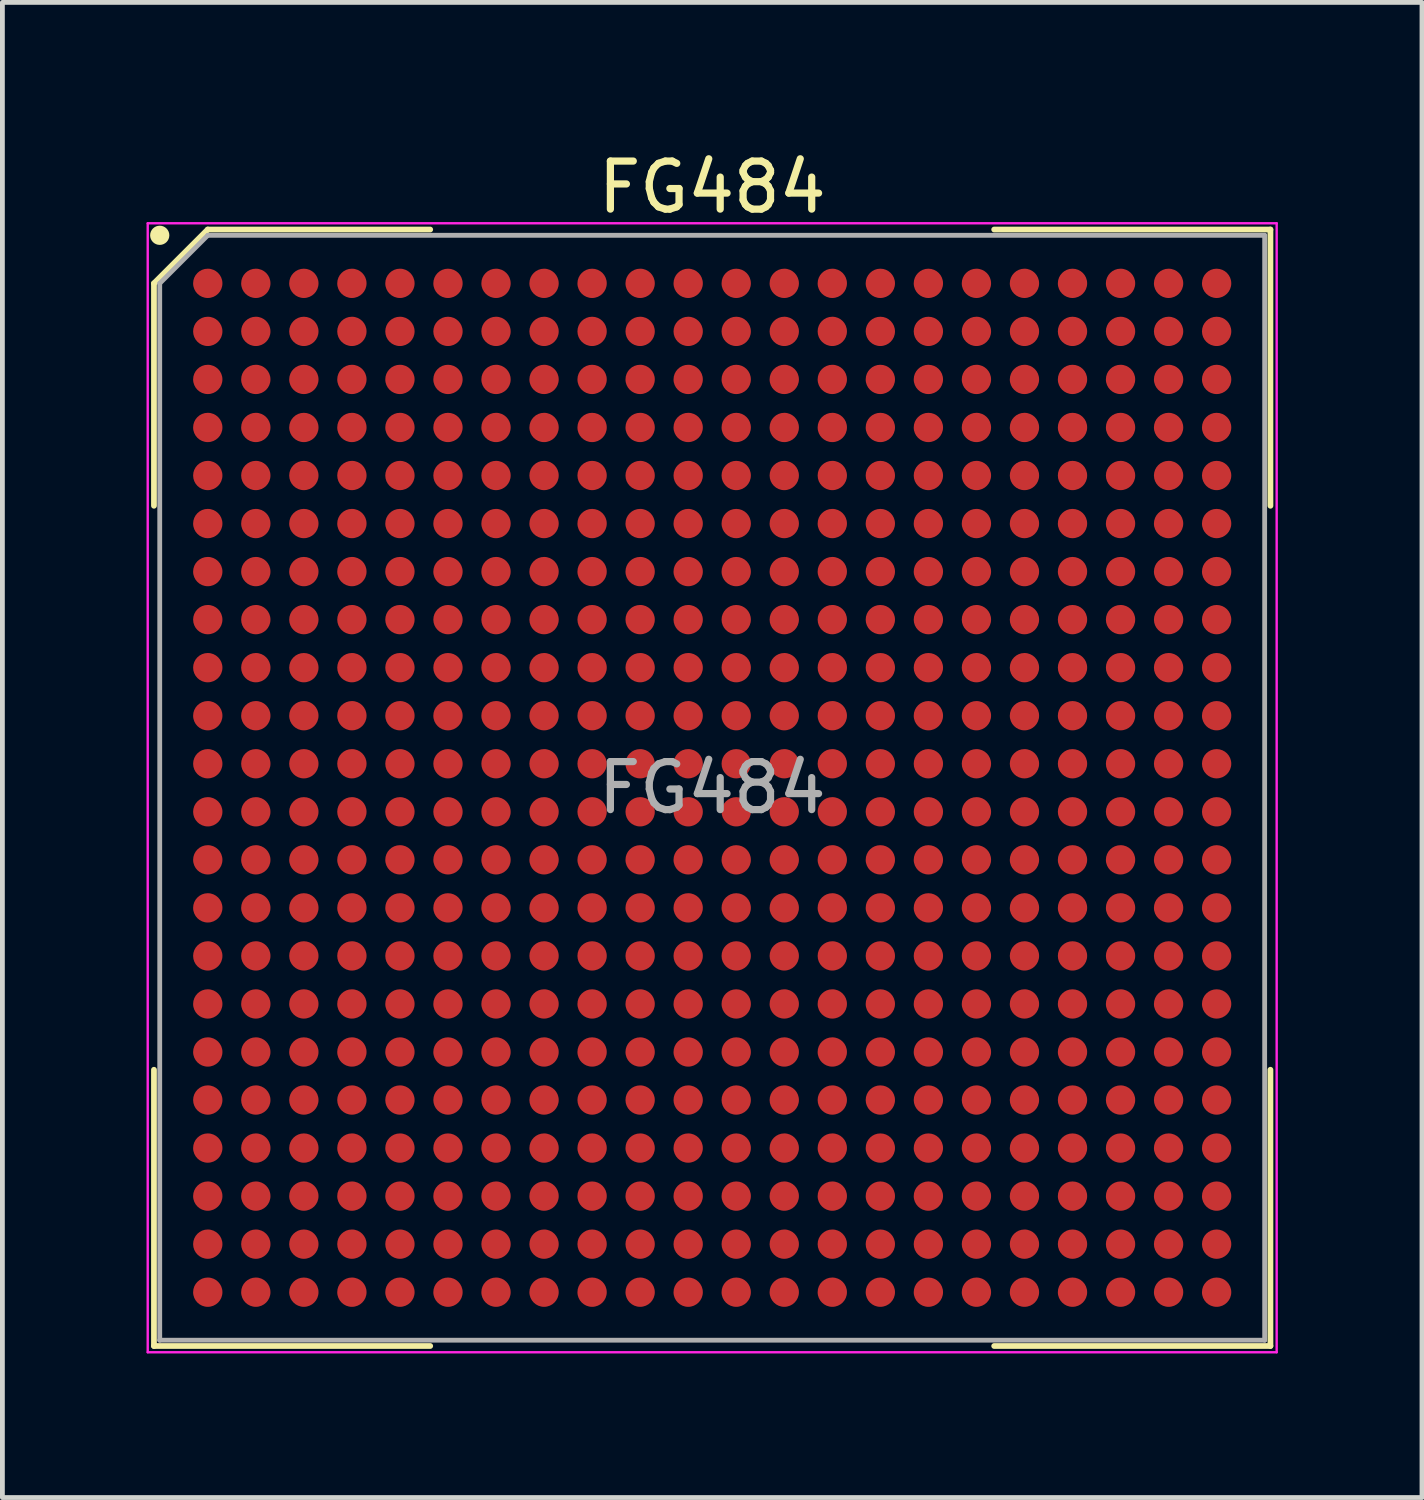
<source format=kicad_pcb>
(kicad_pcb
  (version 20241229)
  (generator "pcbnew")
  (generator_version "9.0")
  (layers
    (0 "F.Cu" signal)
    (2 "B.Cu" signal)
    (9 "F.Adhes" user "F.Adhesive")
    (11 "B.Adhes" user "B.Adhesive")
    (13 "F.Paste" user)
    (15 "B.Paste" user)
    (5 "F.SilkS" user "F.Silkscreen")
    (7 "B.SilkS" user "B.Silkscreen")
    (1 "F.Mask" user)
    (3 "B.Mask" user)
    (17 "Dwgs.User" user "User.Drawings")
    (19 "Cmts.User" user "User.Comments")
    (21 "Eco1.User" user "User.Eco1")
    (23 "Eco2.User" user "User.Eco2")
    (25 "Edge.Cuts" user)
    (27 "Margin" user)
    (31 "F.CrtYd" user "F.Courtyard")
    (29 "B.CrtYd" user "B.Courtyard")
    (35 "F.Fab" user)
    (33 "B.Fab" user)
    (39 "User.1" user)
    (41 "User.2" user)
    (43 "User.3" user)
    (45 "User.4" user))
  (footprint "FG484"
    (layer "F.Cu")
    (at 11.775 13.348)
    (property "Reference" "FG484" (at 0 -12.5 0) (layer "F.SilkS") (effects (font (size 1 1) (thickness 0.15))))
    (attr smd)
    (fp_line (start -11.62 -10.5) (end -11.62 -5.87) (stroke (width 0.12) (type default)) (layer "F.SilkS"))
    (fp_line (start -11.62 11.62) (end -11.62 5.87) (stroke (width 0.12) (type default)) (layer "F.SilkS"))
    (fp_line (start -10.5 -11.62) (end -11.62 -10.5) (stroke (width 0.12) (type default)) (layer "F.SilkS"))
    (fp_line (start -5.87 -11.62) (end -10.5 -11.62) (stroke (width 0.12) (type default)) (layer "F.SilkS"))
    (fp_line (start -5.87 11.62) (end -11.62 11.62) (stroke (width 0.12) (type default)) (layer "F.SilkS"))
    (fp_line (start 5.87 -11.62) (end 11.62 -11.62) (stroke (width 0.12) (type default)) (layer "F.SilkS"))
    (fp_line (start 5.87 11.62) (end 11.62 11.62) (stroke (width 0.12) (type default)) (layer "F.SilkS"))
    (fp_line (start 11.62 -11.62) (end 11.62 -5.87) (stroke (width 0.12) (type default)) (layer "F.SilkS"))
    (fp_line (start 11.62 11.62) (end 11.62 5.87) (stroke (width 0.12) (type default)) (layer "F.SilkS"))
    (fp_circle (center -11.5 -11.5) (end -11.5 -11.4) (stroke (width 0.2) (type default)) (fill no) (layer "F.SilkS"))
    (fp_line (start -11.75 -11.75) (end 11.75 -11.75) (stroke (width 0.05) (type default)) (layer "F.CrtYd"))
    (fp_line (start -11.75 11.75) (end -11.75 -11.75) (stroke (width 0.05) (type default)) (layer "F.CrtYd"))
    (fp_line (start 11.75 -11.75) (end 11.75 11.75) (stroke (width 0.05) (type default)) (layer "F.CrtYd"))
    (fp_line (start 11.75 11.75) (end -11.75 11.75) (stroke (width 0.05) (type default)) (layer "F.CrtYd"))
    (fp_line (start -11.5 -10.5) (end -11.5 11.5) (stroke (width 0.1) (type default)) (layer "F.Fab"))
    (fp_line (start -11.5 11.5) (end 11.5 11.5) (stroke (width 0.1) (type default)) (layer "F.Fab"))
    (fp_line (start -10.5 -11.5) (end -11.5 -10.5) (stroke (width 0.1) (type default)) (layer "F.Fab"))
    (fp_line (start 11.5 -11.5) (end -10.5 -11.5) (stroke (width 0.1) (type default)) (layer "F.Fab"))
    (fp_line (start 11.5 11.5) (end 11.5 -11.5) (stroke (width 0.1) (type default)) (layer "F.Fab"))
    (fp_text user "${REFERENCE}" (at 0 0 0) (layer "F.Fab") (effects (font (size 1 1) (thickness 0.15))))
    (pad "A1" smd circle (at -10.5 -10.5) (size 0.61 0.61) (layers "F.Cu" "F.Mask" "F.Paste"))
    (pad "A2" smd circle (at -9.5 -10.5) (size 0.61 0.61) (layers "F.Cu" "F.Mask" "F.Paste"))
    (pad "A3" smd circle (at -8.5 -10.5) (size 0.61 0.61) (layers "F.Cu" "F.Mask" "F.Paste"))
    (pad "A4" smd circle (at -7.5 -10.5) (size 0.61 0.61) (layers "F.Cu" "F.Mask" "F.Paste"))
    (pad "A5" smd circle (at -6.5 -10.5) (size 0.61 0.61) (layers "F.Cu" "F.Mask" "F.Paste"))
    (pad "A6" smd circle (at -5.5 -10.5) (size 0.61 0.61) (layers "F.Cu" "F.Mask" "F.Paste"))
    (pad "A7" smd circle (at -4.5 -10.5) (size 0.61 0.61) (layers "F.Cu" "F.Mask" "F.Paste"))
    (pad "A8" smd circle (at -3.5 -10.5) (size 0.61 0.61) (layers "F.Cu" "F.Mask" "F.Paste"))
    (pad "A9" smd circle (at -2.5 -10.5) (size 0.61 0.61) (layers "F.Cu" "F.Mask" "F.Paste"))
    (pad "A10" smd circle (at -1.5 -10.5) (size 0.61 0.61) (layers "F.Cu" "F.Mask" "F.Paste"))
    (pad "A11" smd circle (at -0.5 -10.5) (size 0.61 0.61) (layers "F.Cu" "F.Mask" "F.Paste"))
    (pad "A12" smd circle (at 0.5 -10.5) (size 0.61 0.61) (layers "F.Cu" "F.Mask" "F.Paste"))
    (pad "A13" smd circle (at 1.5 -10.5) (size 0.61 0.61) (layers "F.Cu" "F.Mask" "F.Paste"))
    (pad "A14" smd circle (at 2.5 -10.5) (size 0.61 0.61) (layers "F.Cu" "F.Mask" "F.Paste"))
    (pad "A15" smd circle (at 3.5 -10.5) (size 0.61 0.61) (layers "F.Cu" "F.Mask" "F.Paste"))
    (pad "A16" smd circle (at 4.5 -10.5) (size 0.61 0.61) (layers "F.Cu" "F.Mask" "F.Paste"))
    (pad "A17" smd circle (at 5.5 -10.5) (size 0.61 0.61) (layers "F.Cu" "F.Mask" "F.Paste"))
    (pad "A18" smd circle (at 6.5 -10.5) (size 0.61 0.61) (layers "F.Cu" "F.Mask" "F.Paste"))
    (pad "A19" smd circle (at 7.5 -10.5) (size 0.61 0.61) (layers "F.Cu" "F.Mask" "F.Paste"))
    (pad "A20" smd circle (at 8.5 -10.5) (size 0.61 0.61) (layers "F.Cu" "F.Mask" "F.Paste"))
    (pad "A21" smd circle (at 9.5 -10.5) (size 0.61 0.61) (layers "F.Cu" "F.Mask" "F.Paste"))
    (pad "A22" smd circle (at 10.5 -10.5) (size 0.61 0.61) (layers "F.Cu" "F.Mask" "F.Paste"))
    (pad "AA1" smd circle (at -10.5 9.5) (size 0.61 0.61) (layers "F.Cu" "F.Mask" "F.Paste"))
    (pad "AA2" smd circle (at -9.5 9.5) (size 0.61 0.61) (layers "F.Cu" "F.Mask" "F.Paste"))
    (pad "AA3" smd circle (at -8.5 9.5) (size 0.61 0.61) (layers "F.Cu" "F.Mask" "F.Paste"))
    (pad "AA4" smd circle (at -7.5 9.5) (size 0.61 0.61) (layers "F.Cu" "F.Mask" "F.Paste"))
    (pad "AA5" smd circle (at -6.5 9.5) (size 0.61 0.61) (layers "F.Cu" "F.Mask" "F.Paste"))
    (pad "AA6" smd circle (at -5.5 9.5) (size 0.61 0.61) (layers "F.Cu" "F.Mask" "F.Paste"))
    (pad "AA7" smd circle (at -4.5 9.5) (size 0.61 0.61) (layers "F.Cu" "F.Mask" "F.Paste"))
    (pad "AA8" smd circle (at -3.5 9.5) (size 0.61 0.61) (layers "F.Cu" "F.Mask" "F.Paste"))
    (pad "AA9" smd circle (at -2.5 9.5) (size 0.61 0.61) (layers "F.Cu" "F.Mask" "F.Paste"))
    (pad "AA10" smd circle (at -1.5 9.5) (size 0.61 0.61) (layers "F.Cu" "F.Mask" "F.Paste"))
    (pad "AA11" smd circle (at -0.5 9.5) (size 0.61 0.61) (layers "F.Cu" "F.Mask" "F.Paste"))
    (pad "AA12" smd circle (at 0.5 9.5) (size 0.61 0.61) (layers "F.Cu" "F.Mask" "F.Paste"))
    (pad "AA13" smd circle (at 1.5 9.5) (size 0.61 0.61) (layers "F.Cu" "F.Mask" "F.Paste"))
    (pad "AA14" smd circle (at 2.5 9.5) (size 0.61 0.61) (layers "F.Cu" "F.Mask" "F.Paste"))
    (pad "AA15" smd circle (at 3.5 9.5) (size 0.61 0.61) (layers "F.Cu" "F.Mask" "F.Paste"))
    (pad "AA16" smd circle (at 4.5 9.5) (size 0.61 0.61) (layers "F.Cu" "F.Mask" "F.Paste"))
    (pad "AA17" smd circle (at 5.5 9.5) (size 0.61 0.61) (layers "F.Cu" "F.Mask" "F.Paste"))
    (pad "AA18" smd circle (at 6.5 9.5) (size 0.61 0.61) (layers "F.Cu" "F.Mask" "F.Paste"))
    (pad "AA19" smd circle (at 7.5 9.5) (size 0.61 0.61) (layers "F.Cu" "F.Mask" "F.Paste"))
    (pad "AA20" smd circle (at 8.5 9.5) (size 0.61 0.61) (layers "F.Cu" "F.Mask" "F.Paste"))
    (pad "AA21" smd circle (at 9.5 9.5) (size 0.61 0.61) (layers "F.Cu" "F.Mask" "F.Paste"))
    (pad "AA22" smd circle (at 10.5 9.5) (size 0.61 0.61) (layers "F.Cu" "F.Mask" "F.Paste"))
    (pad "AB1" smd circle (at -10.5 10.5) (size 0.61 0.61) (layers "F.Cu" "F.Mask" "F.Paste"))
    (pad "AB2" smd circle (at -9.5 10.5) (size 0.61 0.61) (layers "F.Cu" "F.Mask" "F.Paste"))
    (pad "AB3" smd circle (at -8.5 10.5) (size 0.61 0.61) (layers "F.Cu" "F.Mask" "F.Paste"))
    (pad "AB4" smd circle (at -7.5 10.5) (size 0.61 0.61) (layers "F.Cu" "F.Mask" "F.Paste"))
    (pad "AB5" smd circle (at -6.5 10.5) (size 0.61 0.61) (layers "F.Cu" "F.Mask" "F.Paste"))
    (pad "AB6" smd circle (at -5.5 10.5) (size 0.61 0.61) (layers "F.Cu" "F.Mask" "F.Paste"))
    (pad "AB7" smd circle (at -4.5 10.5) (size 0.61 0.61) (layers "F.Cu" "F.Mask" "F.Paste"))
    (pad "AB8" smd circle (at -3.5 10.5) (size 0.61 0.61) (layers "F.Cu" "F.Mask" "F.Paste"))
    (pad "AB9" smd circle (at -2.5 10.5) (size 0.61 0.61) (layers "F.Cu" "F.Mask" "F.Paste"))
    (pad "AB10" smd circle (at -1.5 10.5) (size 0.61 0.61) (layers "F.Cu" "F.Mask" "F.Paste"))
    (pad "AB11" smd circle (at -0.5 10.5) (size 0.61 0.61) (layers "F.Cu" "F.Mask" "F.Paste"))
    (pad "AB12" smd circle (at 0.5 10.5) (size 0.61 0.61) (layers "F.Cu" "F.Mask" "F.Paste"))
    (pad "AB13" smd circle (at 1.5 10.5) (size 0.61 0.61) (layers "F.Cu" "F.Mask" "F.Paste"))
    (pad "AB14" smd circle (at 2.5 10.5) (size 0.61 0.61) (layers "F.Cu" "F.Mask" "F.Paste"))
    (pad "AB15" smd circle (at 3.5 10.5) (size 0.61 0.61) (layers "F.Cu" "F.Mask" "F.Paste"))
    (pad "AB16" smd circle (at 4.5 10.5) (size 0.61 0.61) (layers "F.Cu" "F.Mask" "F.Paste"))
    (pad "AB17" smd circle (at 5.5 10.5) (size 0.61 0.61) (layers "F.Cu" "F.Mask" "F.Paste"))
    (pad "AB18" smd circle (at 6.5 10.5) (size 0.61 0.61) (layers "F.Cu" "F.Mask" "F.Paste"))
    (pad "AB19" smd circle (at 7.5 10.5) (size 0.61 0.61) (layers "F.Cu" "F.Mask" "F.Paste"))
    (pad "AB20" smd circle (at 8.5 10.5) (size 0.61 0.61) (layers "F.Cu" "F.Mask" "F.Paste"))
    (pad "AB21" smd circle (at 9.5 10.5) (size 0.61 0.61) (layers "F.Cu" "F.Mask" "F.Paste"))
    (pad "AB22" smd circle (at 10.5 10.5) (size 0.61 0.61) (layers "F.Cu" "F.Mask" "F.Paste"))
    (pad "B1" smd circle (at -10.5 -9.5) (size 0.61 0.61) (layers "F.Cu" "F.Mask" "F.Paste"))
    (pad "B2" smd circle (at -9.5 -9.5) (size 0.61 0.61) (layers "F.Cu" "F.Mask" "F.Paste"))
    (pad "B3" smd circle (at -8.5 -9.5) (size 0.61 0.61) (layers "F.Cu" "F.Mask" "F.Paste"))
    (pad "B4" smd circle (at -7.5 -9.5) (size 0.61 0.61) (layers "F.Cu" "F.Mask" "F.Paste"))
    (pad "B5" smd circle (at -6.5 -9.5) (size 0.61 0.61) (layers "F.Cu" "F.Mask" "F.Paste"))
    (pad "B6" smd circle (at -5.5 -9.5) (size 0.61 0.61) (layers "F.Cu" "F.Mask" "F.Paste"))
    (pad "B7" smd circle (at -4.5 -9.5) (size 0.61 0.61) (layers "F.Cu" "F.Mask" "F.Paste"))
    (pad "B8" smd circle (at -3.5 -9.5) (size 0.61 0.61) (layers "F.Cu" "F.Mask" "F.Paste"))
    (pad "B9" smd circle (at -2.5 -9.5) (size 0.61 0.61) (layers "F.Cu" "F.Mask" "F.Paste"))
    (pad "B10" smd circle (at -1.5 -9.5) (size 0.61 0.61) (layers "F.Cu" "F.Mask" "F.Paste"))
    (pad "B11" smd circle (at -0.5 -9.5) (size 0.61 0.61) (layers "F.Cu" "F.Mask" "F.Paste"))
    (pad "B12" smd circle (at 0.5 -9.5) (size 0.61 0.61) (layers "F.Cu" "F.Mask" "F.Paste"))
    (pad "B13" smd circle (at 1.5 -9.5) (size 0.61 0.61) (layers "F.Cu" "F.Mask" "F.Paste"))
    (pad "B14" smd circle (at 2.5 -9.5) (size 0.61 0.61) (layers "F.Cu" "F.Mask" "F.Paste"))
    (pad "B15" smd circle (at 3.5 -9.5) (size 0.61 0.61) (layers "F.Cu" "F.Mask" "F.Paste"))
    (pad "B16" smd circle (at 4.5 -9.5) (size 0.61 0.61) (layers "F.Cu" "F.Mask" "F.Paste"))
    (pad "B17" smd circle (at 5.5 -9.5) (size 0.61 0.61) (layers "F.Cu" "F.Mask" "F.Paste"))
    (pad "B18" smd circle (at 6.5 -9.5) (size 0.61 0.61) (layers "F.Cu" "F.Mask" "F.Paste"))
    (pad "B19" smd circle (at 7.5 -9.5) (size 0.61 0.61) (layers "F.Cu" "F.Mask" "F.Paste"))
    (pad "B20" smd circle (at 8.5 -9.5) (size 0.61 0.61) (layers "F.Cu" "F.Mask" "F.Paste"))
    (pad "B21" smd circle (at 9.5 -9.5) (size 0.61 0.61) (layers "F.Cu" "F.Mask" "F.Paste"))
    (pad "B22" smd circle (at 10.5 -9.5) (size 0.61 0.61) (layers "F.Cu" "F.Mask" "F.Paste"))
    (pad "C1" smd circle (at -10.5 -8.5) (size 0.61 0.61) (layers "F.Cu" "F.Mask" "F.Paste"))
    (pad "C2" smd circle (at -9.5 -8.5) (size 0.61 0.61) (layers "F.Cu" "F.Mask" "F.Paste"))
    (pad "C3" smd circle (at -8.5 -8.5) (size 0.61 0.61) (layers "F.Cu" "F.Mask" "F.Paste"))
    (pad "C4" smd circle (at -7.5 -8.5) (size 0.61 0.61) (layers "F.Cu" "F.Mask" "F.Paste"))
    (pad "C5" smd circle (at -6.5 -8.5) (size 0.61 0.61) (layers "F.Cu" "F.Mask" "F.Paste"))
    (pad "C6" smd circle (at -5.5 -8.5) (size 0.61 0.61) (layers "F.Cu" "F.Mask" "F.Paste"))
    (pad "C7" smd circle (at -4.5 -8.5) (size 0.61 0.61) (layers "F.Cu" "F.Mask" "F.Paste"))
    (pad "C8" smd circle (at -3.5 -8.5) (size 0.61 0.61) (layers "F.Cu" "F.Mask" "F.Paste"))
    (pad "C9" smd circle (at -2.5 -8.5) (size 0.61 0.61) (layers "F.Cu" "F.Mask" "F.Paste"))
    (pad "C10" smd circle (at -1.5 -8.5) (size 0.61 0.61) (layers "F.Cu" "F.Mask" "F.Paste"))
    (pad "C11" smd circle (at -0.5 -8.5) (size 0.61 0.61) (layers "F.Cu" "F.Mask" "F.Paste"))
    (pad "C12" smd circle (at 0.5 -8.5) (size 0.61 0.61) (layers "F.Cu" "F.Mask" "F.Paste"))
    (pad "C13" smd circle (at 1.5 -8.5) (size 0.61 0.61) (layers "F.Cu" "F.Mask" "F.Paste"))
    (pad "C14" smd circle (at 2.5 -8.5) (size 0.61 0.61) (layers "F.Cu" "F.Mask" "F.Paste"))
    (pad "C15" smd circle (at 3.5 -8.5) (size 0.61 0.61) (layers "F.Cu" "F.Mask" "F.Paste"))
    (pad "C16" smd circle (at 4.5 -8.5) (size 0.61 0.61) (layers "F.Cu" "F.Mask" "F.Paste"))
    (pad "C17" smd circle (at 5.5 -8.5) (size 0.61 0.61) (layers "F.Cu" "F.Mask" "F.Paste"))
    (pad "C18" smd circle (at 6.5 -8.5) (size 0.61 0.61) (layers "F.Cu" "F.Mask" "F.Paste"))
    (pad "C19" smd circle (at 7.5 -8.5) (size 0.61 0.61) (layers "F.Cu" "F.Mask" "F.Paste"))
    (pad "C20" smd circle (at 8.5 -8.5) (size 0.61 0.61) (layers "F.Cu" "F.Mask" "F.Paste"))
    (pad "C21" smd circle (at 9.5 -8.5) (size 0.61 0.61) (layers "F.Cu" "F.Mask" "F.Paste"))
    (pad "C22" smd circle (at 10.5 -8.5) (size 0.61 0.61) (layers "F.Cu" "F.Mask" "F.Paste"))
    (pad "D1" smd circle (at -10.5 -7.5) (size 0.61 0.61) (layers "F.Cu" "F.Mask" "F.Paste"))
    (pad "D2" smd circle (at -9.5 -7.5) (size 0.61 0.61) (layers "F.Cu" "F.Mask" "F.Paste"))
    (pad "D3" smd circle (at -8.5 -7.5) (size 0.61 0.61) (layers "F.Cu" "F.Mask" "F.Paste"))
    (pad "D4" smd circle (at -7.5 -7.5) (size 0.61 0.61) (layers "F.Cu" "F.Mask" "F.Paste"))
    (pad "D5" smd circle (at -6.5 -7.5) (size 0.61 0.61) (layers "F.Cu" "F.Mask" "F.Paste"))
    (pad "D6" smd circle (at -5.5 -7.5) (size 0.61 0.61) (layers "F.Cu" "F.Mask" "F.Paste"))
    (pad "D7" smd circle (at -4.5 -7.5) (size 0.61 0.61) (layers "F.Cu" "F.Mask" "F.Paste"))
    (pad "D8" smd circle (at -3.5 -7.5) (size 0.61 0.61) (layers "F.Cu" "F.Mask" "F.Paste"))
    (pad "D9" smd circle (at -2.5 -7.5) (size 0.61 0.61) (layers "F.Cu" "F.Mask" "F.Paste"))
    (pad "D10" smd circle (at -1.5 -7.5) (size 0.61 0.61) (layers "F.Cu" "F.Mask" "F.Paste"))
    (pad "D11" smd circle (at -0.5 -7.5) (size 0.61 0.61) (layers "F.Cu" "F.Mask" "F.Paste"))
    (pad "D12" smd circle (at 0.5 -7.5) (size 0.61 0.61) (layers "F.Cu" "F.Mask" "F.Paste"))
    (pad "D13" smd circle (at 1.5 -7.5) (size 0.61 0.61) (layers "F.Cu" "F.Mask" "F.Paste"))
    (pad "D14" smd circle (at 2.5 -7.5) (size 0.61 0.61) (layers "F.Cu" "F.Mask" "F.Paste"))
    (pad "D15" smd circle (at 3.5 -7.5) (size 0.61 0.61) (layers "F.Cu" "F.Mask" "F.Paste"))
    (pad "D16" smd circle (at 4.5 -7.5) (size 0.61 0.61) (layers "F.Cu" "F.Mask" "F.Paste"))
    (pad "D17" smd circle (at 5.5 -7.5) (size 0.61 0.61) (layers "F.Cu" "F.Mask" "F.Paste"))
    (pad "D18" smd circle (at 6.5 -7.5) (size 0.61 0.61) (layers "F.Cu" "F.Mask" "F.Paste"))
    (pad "D19" smd circle (at 7.5 -7.5) (size 0.61 0.61) (layers "F.Cu" "F.Mask" "F.Paste"))
    (pad "D20" smd circle (at 8.5 -7.5) (size 0.61 0.61) (layers "F.Cu" "F.Mask" "F.Paste"))
    (pad "D21" smd circle (at 9.5 -7.5) (size 0.61 0.61) (layers "F.Cu" "F.Mask" "F.Paste"))
    (pad "D22" smd circle (at 10.5 -7.5) (size 0.61 0.61) (layers "F.Cu" "F.Mask" "F.Paste"))
    (pad "E1" smd circle (at -10.5 -6.5) (size 0.61 0.61) (layers "F.Cu" "F.Mask" "F.Paste"))
    (pad "E2" smd circle (at -9.5 -6.5) (size 0.61 0.61) (layers "F.Cu" "F.Mask" "F.Paste"))
    (pad "E3" smd circle (at -8.5 -6.5) (size 0.61 0.61) (layers "F.Cu" "F.Mask" "F.Paste"))
    (pad "E4" smd circle (at -7.5 -6.5) (size 0.61 0.61) (layers "F.Cu" "F.Mask" "F.Paste"))
    (pad "E5" smd circle (at -6.5 -6.5) (size 0.61 0.61) (layers "F.Cu" "F.Mask" "F.Paste"))
    (pad "E6" smd circle (at -5.5 -6.5) (size 0.61 0.61) (layers "F.Cu" "F.Mask" "F.Paste"))
    (pad "E7" smd circle (at -4.5 -6.5) (size 0.61 0.61) (layers "F.Cu" "F.Mask" "F.Paste"))
    (pad "E8" smd circle (at -3.5 -6.5) (size 0.61 0.61) (layers "F.Cu" "F.Mask" "F.Paste"))
    (pad "E9" smd circle (at -2.5 -6.5) (size 0.61 0.61) (layers "F.Cu" "F.Mask" "F.Paste"))
    (pad "E10" smd circle (at -1.5 -6.5) (size 0.61 0.61) (layers "F.Cu" "F.Mask" "F.Paste"))
    (pad "E11" smd circle (at -0.5 -6.5) (size 0.61 0.61) (layers "F.Cu" "F.Mask" "F.Paste"))
    (pad "E12" smd circle (at 0.5 -6.5) (size 0.61 0.61) (layers "F.Cu" "F.Mask" "F.Paste"))
    (pad "E13" smd circle (at 1.5 -6.5) (size 0.61 0.61) (layers "F.Cu" "F.Mask" "F.Paste"))
    (pad "E14" smd circle (at 2.5 -6.5) (size 0.61 0.61) (layers "F.Cu" "F.Mask" "F.Paste"))
    (pad "E15" smd circle (at 3.5 -6.5) (size 0.61 0.61) (layers "F.Cu" "F.Mask" "F.Paste"))
    (pad "E16" smd circle (at 4.5 -6.5) (size 0.61 0.61) (layers "F.Cu" "F.Mask" "F.Paste"))
    (pad "E17" smd circle (at 5.5 -6.5) (size 0.61 0.61) (layers "F.Cu" "F.Mask" "F.Paste"))
    (pad "E18" smd circle (at 6.5 -6.5) (size 0.61 0.61) (layers "F.Cu" "F.Mask" "F.Paste"))
    (pad "E19" smd circle (at 7.5 -6.5) (size 0.61 0.61) (layers "F.Cu" "F.Mask" "F.Paste"))
    (pad "E20" smd circle (at 8.5 -6.5) (size 0.61 0.61) (layers "F.Cu" "F.Mask" "F.Paste"))
    (pad "E21" smd circle (at 9.5 -6.5) (size 0.61 0.61) (layers "F.Cu" "F.Mask" "F.Paste"))
    (pad "E22" smd circle (at 10.5 -6.5) (size 0.61 0.61) (layers "F.Cu" "F.Mask" "F.Paste"))
    (pad "F1" smd circle (at -10.5 -5.5) (size 0.61 0.61) (layers "F.Cu" "F.Mask" "F.Paste"))
    (pad "F2" smd circle (at -9.5 -5.5) (size 0.61 0.61) (layers "F.Cu" "F.Mask" "F.Paste"))
    (pad "F3" smd circle (at -8.5 -5.5) (size 0.61 0.61) (layers "F.Cu" "F.Mask" "F.Paste"))
    (pad "F4" smd circle (at -7.5 -5.5) (size 0.61 0.61) (layers "F.Cu" "F.Mask" "F.Paste"))
    (pad "F5" smd circle (at -6.5 -5.5) (size 0.61 0.61) (layers "F.Cu" "F.Mask" "F.Paste"))
    (pad "F6" smd circle (at -5.5 -5.5) (size 0.61 0.61) (layers "F.Cu" "F.Mask" "F.Paste"))
    (pad "F7" smd circle (at -4.5 -5.5) (size 0.61 0.61) (layers "F.Cu" "F.Mask" "F.Paste"))
    (pad "F8" smd circle (at -3.5 -5.5) (size 0.61 0.61) (layers "F.Cu" "F.Mask" "F.Paste"))
    (pad "F9" smd circle (at -2.5 -5.5) (size 0.61 0.61) (layers "F.Cu" "F.Mask" "F.Paste"))
    (pad "F10" smd circle (at -1.5 -5.5) (size 0.61 0.61) (layers "F.Cu" "F.Mask" "F.Paste"))
    (pad "F11" smd circle (at -0.5 -5.5) (size 0.61 0.61) (layers "F.Cu" "F.Mask" "F.Paste"))
    (pad "F12" smd circle (at 0.5 -5.5) (size 0.61 0.61) (layers "F.Cu" "F.Mask" "F.Paste"))
    (pad "F13" smd circle (at 1.5 -5.5) (size 0.61 0.61) (layers "F.Cu" "F.Mask" "F.Paste"))
    (pad "F14" smd circle (at 2.5 -5.5) (size 0.61 0.61) (layers "F.Cu" "F.Mask" "F.Paste"))
    (pad "F15" smd circle (at 3.5 -5.5) (size 0.61 0.61) (layers "F.Cu" "F.Mask" "F.Paste"))
    (pad "F16" smd circle (at 4.5 -5.5) (size 0.61 0.61) (layers "F.Cu" "F.Mask" "F.Paste"))
    (pad "F17" smd circle (at 5.5 -5.5) (size 0.61 0.61) (layers "F.Cu" "F.Mask" "F.Paste"))
    (pad "F18" smd circle (at 6.5 -5.5) (size 0.61 0.61) (layers "F.Cu" "F.Mask" "F.Paste"))
    (pad "F19" smd circle (at 7.5 -5.5) (size 0.61 0.61) (layers "F.Cu" "F.Mask" "F.Paste"))
    (pad "F20" smd circle (at 8.5 -5.5) (size 0.61 0.61) (layers "F.Cu" "F.Mask" "F.Paste"))
    (pad "F21" smd circle (at 9.5 -5.5) (size 0.61 0.61) (layers "F.Cu" "F.Mask" "F.Paste"))
    (pad "F22" smd circle (at 10.5 -5.5) (size 0.61 0.61) (layers "F.Cu" "F.Mask" "F.Paste"))
    (pad "G1" smd circle (at -10.5 -4.5) (size 0.61 0.61) (layers "F.Cu" "F.Mask" "F.Paste"))
    (pad "G2" smd circle (at -9.5 -4.5) (size 0.61 0.61) (layers "F.Cu" "F.Mask" "F.Paste"))
    (pad "G3" smd circle (at -8.5 -4.5) (size 0.61 0.61) (layers "F.Cu" "F.Mask" "F.Paste"))
    (pad "G4" smd circle (at -7.5 -4.5) (size 0.61 0.61) (layers "F.Cu" "F.Mask" "F.Paste"))
    (pad "G5" smd circle (at -6.5 -4.5) (size 0.61 0.61) (layers "F.Cu" "F.Mask" "F.Paste"))
    (pad "G6" smd circle (at -5.5 -4.5) (size 0.61 0.61) (layers "F.Cu" "F.Mask" "F.Paste"))
    (pad "G7" smd circle (at -4.5 -4.5) (size 0.61 0.61) (layers "F.Cu" "F.Mask" "F.Paste"))
    (pad "G8" smd circle (at -3.5 -4.5) (size 0.61 0.61) (layers "F.Cu" "F.Mask" "F.Paste"))
    (pad "G9" smd circle (at -2.5 -4.5) (size 0.61 0.61) (layers "F.Cu" "F.Mask" "F.Paste"))
    (pad "G10" smd circle (at -1.5 -4.5) (size 0.61 0.61) (layers "F.Cu" "F.Mask" "F.Paste"))
    (pad "G11" smd circle (at -0.5 -4.5) (size 0.61 0.61) (layers "F.Cu" "F.Mask" "F.Paste"))
    (pad "G12" smd circle (at 0.5 -4.5) (size 0.61 0.61) (layers "F.Cu" "F.Mask" "F.Paste"))
    (pad "G13" smd circle (at 1.5 -4.5) (size 0.61 0.61) (layers "F.Cu" "F.Mask" "F.Paste"))
    (pad "G14" smd circle (at 2.5 -4.5) (size 0.61 0.61) (layers "F.Cu" "F.Mask" "F.Paste"))
    (pad "G15" smd circle (at 3.5 -4.5) (size 0.61 0.61) (layers "F.Cu" "F.Mask" "F.Paste"))
    (pad "G16" smd circle (at 4.5 -4.5) (size 0.61 0.61) (layers "F.Cu" "F.Mask" "F.Paste"))
    (pad "G17" smd circle (at 5.5 -4.5) (size 0.61 0.61) (layers "F.Cu" "F.Mask" "F.Paste"))
    (pad "G18" smd circle (at 6.5 -4.5) (size 0.61 0.61) (layers "F.Cu" "F.Mask" "F.Paste"))
    (pad "G19" smd circle (at 7.5 -4.5) (size 0.61 0.61) (layers "F.Cu" "F.Mask" "F.Paste"))
    (pad "G20" smd circle (at 8.5 -4.5) (size 0.61 0.61) (layers "F.Cu" "F.Mask" "F.Paste"))
    (pad "G21" smd circle (at 9.5 -4.5) (size 0.61 0.61) (layers "F.Cu" "F.Mask" "F.Paste"))
    (pad "G22" smd circle (at 10.5 -4.5) (size 0.61 0.61) (layers "F.Cu" "F.Mask" "F.Paste"))
    (pad "H1" smd circle (at -10.5 -3.5) (size 0.61 0.61) (layers "F.Cu" "F.Mask" "F.Paste"))
    (pad "H2" smd circle (at -9.5 -3.5) (size 0.61 0.61) (layers "F.Cu" "F.Mask" "F.Paste"))
    (pad "H3" smd circle (at -8.5 -3.5) (size 0.61 0.61) (layers "F.Cu" "F.Mask" "F.Paste"))
    (pad "H4" smd circle (at -7.5 -3.5) (size 0.61 0.61) (layers "F.Cu" "F.Mask" "F.Paste"))
    (pad "H5" smd circle (at -6.5 -3.5) (size 0.61 0.61) (layers "F.Cu" "F.Mask" "F.Paste"))
    (pad "H6" smd circle (at -5.5 -3.5) (size 0.61 0.61) (layers "F.Cu" "F.Mask" "F.Paste"))
    (pad "H7" smd circle (at -4.5 -3.5) (size 0.61 0.61) (layers "F.Cu" "F.Mask" "F.Paste"))
    (pad "H8" smd circle (at -3.5 -3.5) (size 0.61 0.61) (layers "F.Cu" "F.Mask" "F.Paste"))
    (pad "H9" smd circle (at -2.5 -3.5) (size 0.61 0.61) (layers "F.Cu" "F.Mask" "F.Paste"))
    (pad "H10" smd circle (at -1.5 -3.5) (size 0.61 0.61) (layers "F.Cu" "F.Mask" "F.Paste"))
    (pad "H11" smd circle (at -0.5 -3.5) (size 0.61 0.61) (layers "F.Cu" "F.Mask" "F.Paste"))
    (pad "H12" smd circle (at 0.5 -3.5) (size 0.61 0.61) (layers "F.Cu" "F.Mask" "F.Paste"))
    (pad "H13" smd circle (at 1.5 -3.5) (size 0.61 0.61) (layers "F.Cu" "F.Mask" "F.Paste"))
    (pad "H14" smd circle (at 2.5 -3.5) (size 0.61 0.61) (layers "F.Cu" "F.Mask" "F.Paste"))
    (pad "H15" smd circle (at 3.5 -3.5) (size 0.61 0.61) (layers "F.Cu" "F.Mask" "F.Paste"))
    (pad "H16" smd circle (at 4.5 -3.5) (size 0.61 0.61) (layers "F.Cu" "F.Mask" "F.Paste"))
    (pad "H17" smd circle (at 5.5 -3.5) (size 0.61 0.61) (layers "F.Cu" "F.Mask" "F.Paste"))
    (pad "H18" smd circle (at 6.5 -3.5) (size 0.61 0.61) (layers "F.Cu" "F.Mask" "F.Paste"))
    (pad "H19" smd circle (at 7.5 -3.5) (size 0.61 0.61) (layers "F.Cu" "F.Mask" "F.Paste"))
    (pad "H20" smd circle (at 8.5 -3.5) (size 0.61 0.61) (layers "F.Cu" "F.Mask" "F.Paste"))
    (pad "H21" smd circle (at 9.5 -3.5) (size 0.61 0.61) (layers "F.Cu" "F.Mask" "F.Paste"))
    (pad "H22" smd circle (at 10.5 -3.5) (size 0.61 0.61) (layers "F.Cu" "F.Mask" "F.Paste"))
    (pad "J1" smd circle (at -10.5 -2.5) (size 0.61 0.61) (layers "F.Cu" "F.Mask" "F.Paste"))
    (pad "J2" smd circle (at -9.5 -2.5) (size 0.61 0.61) (layers "F.Cu" "F.Mask" "F.Paste"))
    (pad "J3" smd circle (at -8.5 -2.5) (size 0.61 0.61) (layers "F.Cu" "F.Mask" "F.Paste"))
    (pad "J4" smd circle (at -7.5 -2.5) (size 0.61 0.61) (layers "F.Cu" "F.Mask" "F.Paste"))
    (pad "J5" smd circle (at -6.5 -2.5) (size 0.61 0.61) (layers "F.Cu" "F.Mask" "F.Paste"))
    (pad "J6" smd circle (at -5.5 -2.5) (size 0.61 0.61) (layers "F.Cu" "F.Mask" "F.Paste"))
    (pad "J7" smd circle (at -4.5 -2.5) (size 0.61 0.61) (layers "F.Cu" "F.Mask" "F.Paste"))
    (pad "J8" smd circle (at -3.5 -2.5) (size 0.61 0.61) (layers "F.Cu" "F.Mask" "F.Paste"))
    (pad "J9" smd circle (at -2.5 -2.5) (size 0.61 0.61) (layers "F.Cu" "F.Mask" "F.Paste"))
    (pad "J10" smd circle (at -1.5 -2.5) (size 0.61 0.61) (layers "F.Cu" "F.Mask" "F.Paste"))
    (pad "J11" smd circle (at -0.5 -2.5) (size 0.61 0.61) (layers "F.Cu" "F.Mask" "F.Paste"))
    (pad "J12" smd circle (at 0.5 -2.5) (size 0.61 0.61) (layers "F.Cu" "F.Mask" "F.Paste"))
    (pad "J13" smd circle (at 1.5 -2.5) (size 0.61 0.61) (layers "F.Cu" "F.Mask" "F.Paste"))
    (pad "J14" smd circle (at 2.5 -2.5) (size 0.61 0.61) (layers "F.Cu" "F.Mask" "F.Paste"))
    (pad "J15" smd circle (at 3.5 -2.5) (size 0.61 0.61) (layers "F.Cu" "F.Mask" "F.Paste"))
    (pad "J16" smd circle (at 4.5 -2.5) (size 0.61 0.61) (layers "F.Cu" "F.Mask" "F.Paste"))
    (pad "J17" smd circle (at 5.5 -2.5) (size 0.61 0.61) (layers "F.Cu" "F.Mask" "F.Paste"))
    (pad "J18" smd circle (at 6.5 -2.5) (size 0.61 0.61) (layers "F.Cu" "F.Mask" "F.Paste"))
    (pad "J19" smd circle (at 7.5 -2.5) (size 0.61 0.61) (layers "F.Cu" "F.Mask" "F.Paste"))
    (pad "J20" smd circle (at 8.5 -2.5) (size 0.61 0.61) (layers "F.Cu" "F.Mask" "F.Paste"))
    (pad "J21" smd circle (at 9.5 -2.5) (size 0.61 0.61) (layers "F.Cu" "F.Mask" "F.Paste"))
    (pad "J22" smd circle (at 10.5 -2.5) (size 0.61 0.61) (layers "F.Cu" "F.Mask" "F.Paste"))
    (pad "K1" smd circle (at -10.5 -1.5) (size 0.61 0.61) (layers "F.Cu" "F.Mask" "F.Paste"))
    (pad "K2" smd circle (at -9.5 -1.5) (size 0.61 0.61) (layers "F.Cu" "F.Mask" "F.Paste"))
    (pad "K3" smd circle (at -8.5 -1.5) (size 0.61 0.61) (layers "F.Cu" "F.Mask" "F.Paste"))
    (pad "K4" smd circle (at -7.5 -1.5) (size 0.61 0.61) (layers "F.Cu" "F.Mask" "F.Paste"))
    (pad "K5" smd circle (at -6.5 -1.5) (size 0.61 0.61) (layers "F.Cu" "F.Mask" "F.Paste"))
    (pad "K6" smd circle (at -5.5 -1.5) (size 0.61 0.61) (layers "F.Cu" "F.Mask" "F.Paste"))
    (pad "K7" smd circle (at -4.5 -1.5) (size 0.61 0.61) (layers "F.Cu" "F.Mask" "F.Paste"))
    (pad "K8" smd circle (at -3.5 -1.5) (size 0.61 0.61) (layers "F.Cu" "F.Mask" "F.Paste"))
    (pad "K9" smd circle (at -2.5 -1.5) (size 0.61 0.61) (layers "F.Cu" "F.Mask" "F.Paste"))
    (pad "K10" smd circle (at -1.5 -1.5) (size 0.61 0.61) (layers "F.Cu" "F.Mask" "F.Paste"))
    (pad "K11" smd circle (at -0.5 -1.5) (size 0.61 0.61) (layers "F.Cu" "F.Mask" "F.Paste"))
    (pad "K12" smd circle (at 0.5 -1.5) (size 0.61 0.61) (layers "F.Cu" "F.Mask" "F.Paste"))
    (pad "K13" smd circle (at 1.5 -1.5) (size 0.61 0.61) (layers "F.Cu" "F.Mask" "F.Paste"))
    (pad "K14" smd circle (at 2.5 -1.5) (size 0.61 0.61) (layers "F.Cu" "F.Mask" "F.Paste"))
    (pad "K15" smd circle (at 3.5 -1.5) (size 0.61 0.61) (layers "F.Cu" "F.Mask" "F.Paste"))
    (pad "K16" smd circle (at 4.5 -1.5) (size 0.61 0.61) (layers "F.Cu" "F.Mask" "F.Paste"))
    (pad "K17" smd circle (at 5.5 -1.5) (size 0.61 0.61) (layers "F.Cu" "F.Mask" "F.Paste"))
    (pad "K18" smd circle (at 6.5 -1.5) (size 0.61 0.61) (layers "F.Cu" "F.Mask" "F.Paste"))
    (pad "K19" smd circle (at 7.5 -1.5) (size 0.61 0.61) (layers "F.Cu" "F.Mask" "F.Paste"))
    (pad "K20" smd circle (at 8.5 -1.5) (size 0.61 0.61) (layers "F.Cu" "F.Mask" "F.Paste"))
    (pad "K21" smd circle (at 9.5 -1.5) (size 0.61 0.61) (layers "F.Cu" "F.Mask" "F.Paste"))
    (pad "K22" smd circle (at 10.5 -1.5) (size 0.61 0.61) (layers "F.Cu" "F.Mask" "F.Paste"))
    (pad "L1" smd circle (at -10.5 -0.5) (size 0.61 0.61) (layers "F.Cu" "F.Mask" "F.Paste"))
    (pad "L2" smd circle (at -9.5 -0.5) (size 0.61 0.61) (layers "F.Cu" "F.Mask" "F.Paste"))
    (pad "L3" smd circle (at -8.5 -0.5) (size 0.61 0.61) (layers "F.Cu" "F.Mask" "F.Paste"))
    (pad "L4" smd circle (at -7.5 -0.5) (size 0.61 0.61) (layers "F.Cu" "F.Mask" "F.Paste"))
    (pad "L5" smd circle (at -6.5 -0.5) (size 0.61 0.61) (layers "F.Cu" "F.Mask" "F.Paste"))
    (pad "L6" smd circle (at -5.5 -0.5) (size 0.61 0.61) (layers "F.Cu" "F.Mask" "F.Paste"))
    (pad "L7" smd circle (at -4.5 -0.5) (size 0.61 0.61) (layers "F.Cu" "F.Mask" "F.Paste"))
    (pad "L8" smd circle (at -3.5 -0.5) (size 0.61 0.61) (layers "F.Cu" "F.Mask" "F.Paste"))
    (pad "L9" smd circle (at -2.5 -0.5) (size 0.61 0.61) (layers "F.Cu" "F.Mask" "F.Paste"))
    (pad "L10" smd circle (at -1.5 -0.5) (size 0.61 0.61) (layers "F.Cu" "F.Mask" "F.Paste"))
    (pad "L11" smd circle (at -0.5 -0.5) (size 0.61 0.61) (layers "F.Cu" "F.Mask" "F.Paste"))
    (pad "L12" smd circle (at 0.5 -0.5) (size 0.61 0.61) (layers "F.Cu" "F.Mask" "F.Paste"))
    (pad "L13" smd circle (at 1.5 -0.5) (size 0.61 0.61) (layers "F.Cu" "F.Mask" "F.Paste"))
    (pad "L14" smd circle (at 2.5 -0.5) (size 0.61 0.61) (layers "F.Cu" "F.Mask" "F.Paste"))
    (pad "L15" smd circle (at 3.5 -0.5) (size 0.61 0.61) (layers "F.Cu" "F.Mask" "F.Paste"))
    (pad "L16" smd circle (at 4.5 -0.5) (size 0.61 0.61) (layers "F.Cu" "F.Mask" "F.Paste"))
    (pad "L17" smd circle (at 5.5 -0.5) (size 0.61 0.61) (layers "F.Cu" "F.Mask" "F.Paste"))
    (pad "L18" smd circle (at 6.5 -0.5) (size 0.61 0.61) (layers "F.Cu" "F.Mask" "F.Paste"))
    (pad "L19" smd circle (at 7.5 -0.5) (size 0.61 0.61) (layers "F.Cu" "F.Mask" "F.Paste"))
    (pad "L20" smd circle (at 8.5 -0.5) (size 0.61 0.61) (layers "F.Cu" "F.Mask" "F.Paste"))
    (pad "L21" smd circle (at 9.5 -0.5) (size 0.61 0.61) (layers "F.Cu" "F.Mask" "F.Paste"))
    (pad "L22" smd circle (at 10.5 -0.5) (size 0.61 0.61) (layers "F.Cu" "F.Mask" "F.Paste"))
    (pad "M1" smd circle (at -10.5 0.5) (size 0.61 0.61) (layers "F.Cu" "F.Mask" "F.Paste"))
    (pad "M2" smd circle (at -9.5 0.5) (size 0.61 0.61) (layers "F.Cu" "F.Mask" "F.Paste"))
    (pad "M3" smd circle (at -8.5 0.5) (size 0.61 0.61) (layers "F.Cu" "F.Mask" "F.Paste"))
    (pad "M4" smd circle (at -7.5 0.5) (size 0.61 0.61) (layers "F.Cu" "F.Mask" "F.Paste"))
    (pad "M5" smd circle (at -6.5 0.5) (size 0.61 0.61) (layers "F.Cu" "F.Mask" "F.Paste"))
    (pad "M6" smd circle (at -5.5 0.5) (size 0.61 0.61) (layers "F.Cu" "F.Mask" "F.Paste"))
    (pad "M7" smd circle (at -4.5 0.5) (size 0.61 0.61) (layers "F.Cu" "F.Mask" "F.Paste"))
    (pad "M8" smd circle (at -3.5 0.5) (size 0.61 0.61) (layers "F.Cu" "F.Mask" "F.Paste"))
    (pad "M9" smd circle (at -2.5 0.5) (size 0.61 0.61) (layers "F.Cu" "F.Mask" "F.Paste"))
    (pad "M10" smd circle (at -1.5 0.5) (size 0.61 0.61) (layers "F.Cu" "F.Mask" "F.Paste"))
    (pad "M11" smd circle (at -0.5 0.5) (size 0.61 0.61) (layers "F.Cu" "F.Mask" "F.Paste"))
    (pad "M12" smd circle (at 0.5 0.5) (size 0.61 0.61) (layers "F.Cu" "F.Mask" "F.Paste"))
    (pad "M13" smd circle (at 1.5 0.5) (size 0.61 0.61) (layers "F.Cu" "F.Mask" "F.Paste"))
    (pad "M14" smd circle (at 2.5 0.5) (size 0.61 0.61) (layers "F.Cu" "F.Mask" "F.Paste"))
    (pad "M15" smd circle (at 3.5 0.5) (size 0.61 0.61) (layers "F.Cu" "F.Mask" "F.Paste"))
    (pad "M16" smd circle (at 4.5 0.5) (size 0.61 0.61) (layers "F.Cu" "F.Mask" "F.Paste"))
    (pad "M17" smd circle (at 5.5 0.5) (size 0.61 0.61) (layers "F.Cu" "F.Mask" "F.Paste"))
    (pad "M18" smd circle (at 6.5 0.5) (size 0.61 0.61) (layers "F.Cu" "F.Mask" "F.Paste"))
    (pad "M19" smd circle (at 7.5 0.5) (size 0.61 0.61) (layers "F.Cu" "F.Mask" "F.Paste"))
    (pad "M20" smd circle (at 8.5 0.5) (size 0.61 0.61) (layers "F.Cu" "F.Mask" "F.Paste"))
    (pad "M21" smd circle (at 9.5 0.5) (size 0.61 0.61) (layers "F.Cu" "F.Mask" "F.Paste"))
    (pad "M22" smd circle (at 10.5 0.5) (size 0.61 0.61) (layers "F.Cu" "F.Mask" "F.Paste"))
    (pad "N1" smd circle (at -10.5 1.5) (size 0.61 0.61) (layers "F.Cu" "F.Mask" "F.Paste"))
    (pad "N2" smd circle (at -9.5 1.5) (size 0.61 0.61) (layers "F.Cu" "F.Mask" "F.Paste"))
    (pad "N3" smd circle (at -8.5 1.5) (size 0.61 0.61) (layers "F.Cu" "F.Mask" "F.Paste"))
    (pad "N4" smd circle (at -7.5 1.5) (size 0.61 0.61) (layers "F.Cu" "F.Mask" "F.Paste"))
    (pad "N5" smd circle (at -6.5 1.5) (size 0.61 0.61) (layers "F.Cu" "F.Mask" "F.Paste"))
    (pad "N6" smd circle (at -5.5 1.5) (size 0.61 0.61) (layers "F.Cu" "F.Mask" "F.Paste"))
    (pad "N7" smd circle (at -4.5 1.5) (size 0.61 0.61) (layers "F.Cu" "F.Mask" "F.Paste"))
    (pad "N8" smd circle (at -3.5 1.5) (size 0.61 0.61) (layers "F.Cu" "F.Mask" "F.Paste"))
    (pad "N9" smd circle (at -2.5 1.5) (size 0.61 0.61) (layers "F.Cu" "F.Mask" "F.Paste"))
    (pad "N10" smd circle (at -1.5 1.5) (size 0.61 0.61) (layers "F.Cu" "F.Mask" "F.Paste"))
    (pad "N11" smd circle (at -0.5 1.5) (size 0.61 0.61) (layers "F.Cu" "F.Mask" "F.Paste"))
    (pad "N12" smd circle (at 0.5 1.5) (size 0.61 0.61) (layers "F.Cu" "F.Mask" "F.Paste"))
    (pad "N13" smd circle (at 1.5 1.5) (size 0.61 0.61) (layers "F.Cu" "F.Mask" "F.Paste"))
    (pad "N14" smd circle (at 2.5 1.5) (size 0.61 0.61) (layers "F.Cu" "F.Mask" "F.Paste"))
    (pad "N15" smd circle (at 3.5 1.5) (size 0.61 0.61) (layers "F.Cu" "F.Mask" "F.Paste"))
    (pad "N16" smd circle (at 4.5 1.5) (size 0.61 0.61) (layers "F.Cu" "F.Mask" "F.Paste"))
    (pad "N17" smd circle (at 5.5 1.5) (size 0.61 0.61) (layers "F.Cu" "F.Mask" "F.Paste"))
    (pad "N18" smd circle (at 6.5 1.5) (size 0.61 0.61) (layers "F.Cu" "F.Mask" "F.Paste"))
    (pad "N19" smd circle (at 7.5 1.5) (size 0.61 0.61) (layers "F.Cu" "F.Mask" "F.Paste"))
    (pad "N20" smd circle (at 8.5 1.5) (size 0.61 0.61) (layers "F.Cu" "F.Mask" "F.Paste"))
    (pad "N21" smd circle (at 9.5 1.5) (size 0.61 0.61) (layers "F.Cu" "F.Mask" "F.Paste"))
    (pad "N22" smd circle (at 10.5 1.5) (size 0.61 0.61) (layers "F.Cu" "F.Mask" "F.Paste"))
    (pad "P1" smd circle (at -10.5 2.5) (size 0.61 0.61) (layers "F.Cu" "F.Mask" "F.Paste"))
    (pad "P2" smd circle (at -9.5 2.5) (size 0.61 0.61) (layers "F.Cu" "F.Mask" "F.Paste"))
    (pad "P3" smd circle (at -8.5 2.5) (size 0.61 0.61) (layers "F.Cu" "F.Mask" "F.Paste"))
    (pad "P4" smd circle (at -7.5 2.5) (size 0.61 0.61) (layers "F.Cu" "F.Mask" "F.Paste"))
    (pad "P5" smd circle (at -6.5 2.5) (size 0.61 0.61) (layers "F.Cu" "F.Mask" "F.Paste"))
    (pad "P6" smd circle (at -5.5 2.5) (size 0.61 0.61) (layers "F.Cu" "F.Mask" "F.Paste"))
    (pad "P7" smd circle (at -4.5 2.5) (size 0.61 0.61) (layers "F.Cu" "F.Mask" "F.Paste"))
    (pad "P8" smd circle (at -3.5 2.5) (size 0.61 0.61) (layers "F.Cu" "F.Mask" "F.Paste"))
    (pad "P9" smd circle (at -2.5 2.5) (size 0.61 0.61) (layers "F.Cu" "F.Mask" "F.Paste"))
    (pad "P10" smd circle (at -1.5 2.5) (size 0.61 0.61) (layers "F.Cu" "F.Mask" "F.Paste"))
    (pad "P11" smd circle (at -0.5 2.5) (size 0.61 0.61) (layers "F.Cu" "F.Mask" "F.Paste"))
    (pad "P12" smd circle (at 0.5 2.5) (size 0.61 0.61) (layers "F.Cu" "F.Mask" "F.Paste"))
    (pad "P13" smd circle (at 1.5 2.5) (size 0.61 0.61) (layers "F.Cu" "F.Mask" "F.Paste"))
    (pad "P14" smd circle (at 2.5 2.5) (size 0.61 0.61) (layers "F.Cu" "F.Mask" "F.Paste"))
    (pad "P15" smd circle (at 3.5 2.5) (size 0.61 0.61) (layers "F.Cu" "F.Mask" "F.Paste"))
    (pad "P16" smd circle (at 4.5 2.5) (size 0.61 0.61) (layers "F.Cu" "F.Mask" "F.Paste"))
    (pad "P17" smd circle (at 5.5 2.5) (size 0.61 0.61) (layers "F.Cu" "F.Mask" "F.Paste"))
    (pad "P18" smd circle (at 6.5 2.5) (size 0.61 0.61) (layers "F.Cu" "F.Mask" "F.Paste"))
    (pad "P19" smd circle (at 7.5 2.5) (size 0.61 0.61) (layers "F.Cu" "F.Mask" "F.Paste"))
    (pad "P20" smd circle (at 8.5 2.5) (size 0.61 0.61) (layers "F.Cu" "F.Mask" "F.Paste"))
    (pad "P21" smd circle (at 9.5 2.5) (size 0.61 0.61) (layers "F.Cu" "F.Mask" "F.Paste"))
    (pad "P22" smd circle (at 10.5 2.5) (size 0.61 0.61) (layers "F.Cu" "F.Mask" "F.Paste"))
    (pad "R1" smd circle (at -10.5 3.5) (size 0.61 0.61) (layers "F.Cu" "F.Mask" "F.Paste"))
    (pad "R2" smd circle (at -9.5 3.5) (size 0.61 0.61) (layers "F.Cu" "F.Mask" "F.Paste"))
    (pad "R3" smd circle (at -8.5 3.5) (size 0.61 0.61) (layers "F.Cu" "F.Mask" "F.Paste"))
    (pad "R4" smd circle (at -7.5 3.5) (size 0.61 0.61) (layers "F.Cu" "F.Mask" "F.Paste"))
    (pad "R5" smd circle (at -6.5 3.5) (size 0.61 0.61) (layers "F.Cu" "F.Mask" "F.Paste"))
    (pad "R6" smd circle (at -5.5 3.5) (size 0.61 0.61) (layers "F.Cu" "F.Mask" "F.Paste"))
    (pad "R7" smd circle (at -4.5 3.5) (size 0.61 0.61) (layers "F.Cu" "F.Mask" "F.Paste"))
    (pad "R8" smd circle (at -3.5 3.5) (size 0.61 0.61) (layers "F.Cu" "F.Mask" "F.Paste"))
    (pad "R9" smd circle (at -2.5 3.5) (size 0.61 0.61) (layers "F.Cu" "F.Mask" "F.Paste"))
    (pad "R10" smd circle (at -1.5 3.5) (size 0.61 0.61) (layers "F.Cu" "F.Mask" "F.Paste"))
    (pad "R11" smd circle (at -0.5 3.5) (size 0.61 0.61) (layers "F.Cu" "F.Mask" "F.Paste"))
    (pad "R12" smd circle (at 0.5 3.5) (size 0.61 0.61) (layers "F.Cu" "F.Mask" "F.Paste"))
    (pad "R13" smd circle (at 1.5 3.5) (size 0.61 0.61) (layers "F.Cu" "F.Mask" "F.Paste"))
    (pad "R14" smd circle (at 2.5 3.5) (size 0.61 0.61) (layers "F.Cu" "F.Mask" "F.Paste"))
    (pad "R15" smd circle (at 3.5 3.5) (size 0.61 0.61) (layers "F.Cu" "F.Mask" "F.Paste"))
    (pad "R16" smd circle (at 4.5 3.5) (size 0.61 0.61) (layers "F.Cu" "F.Mask" "F.Paste"))
    (pad "R17" smd circle (at 5.5 3.5) (size 0.61 0.61) (layers "F.Cu" "F.Mask" "F.Paste"))
    (pad "R18" smd circle (at 6.5 3.5) (size 0.61 0.61) (layers "F.Cu" "F.Mask" "F.Paste"))
    (pad "R19" smd circle (at 7.5 3.5) (size 0.61 0.61) (layers "F.Cu" "F.Mask" "F.Paste"))
    (pad "R20" smd circle (at 8.5 3.5) (size 0.61 0.61) (layers "F.Cu" "F.Mask" "F.Paste"))
    (pad "R21" smd circle (at 9.5 3.5) (size 0.61 0.61) (layers "F.Cu" "F.Mask" "F.Paste"))
    (pad "R22" smd circle (at 10.5 3.5) (size 0.61 0.61) (layers "F.Cu" "F.Mask" "F.Paste"))
    (pad "T1" smd circle (at -10.5 4.5) (size 0.61 0.61) (layers "F.Cu" "F.Mask" "F.Paste"))
    (pad "T2" smd circle (at -9.5 4.5) (size 0.61 0.61) (layers "F.Cu" "F.Mask" "F.Paste"))
    (pad "T3" smd circle (at -8.5 4.5) (size 0.61 0.61) (layers "F.Cu" "F.Mask" "F.Paste"))
    (pad "T4" smd circle (at -7.5 4.5) (size 0.61 0.61) (layers "F.Cu" "F.Mask" "F.Paste"))
    (pad "T5" smd circle (at -6.5 4.5) (size 0.61 0.61) (layers "F.Cu" "F.Mask" "F.Paste"))
    (pad "T6" smd circle (at -5.5 4.5) (size 0.61 0.61) (layers "F.Cu" "F.Mask" "F.Paste"))
    (pad "T7" smd circle (at -4.5 4.5) (size 0.61 0.61) (layers "F.Cu" "F.Mask" "F.Paste"))
    (pad "T8" smd circle (at -3.5 4.5) (size 0.61 0.61) (layers "F.Cu" "F.Mask" "F.Paste"))
    (pad "T9" smd circle (at -2.5 4.5) (size 0.61 0.61) (layers "F.Cu" "F.Mask" "F.Paste"))
    (pad "T10" smd circle (at -1.5 4.5) (size 0.61 0.61) (layers "F.Cu" "F.Mask" "F.Paste"))
    (pad "T11" smd circle (at -0.5 4.5) (size 0.61 0.61) (layers "F.Cu" "F.Mask" "F.Paste"))
    (pad "T12" smd circle (at 0.5 4.5) (size 0.61 0.61) (layers "F.Cu" "F.Mask" "F.Paste"))
    (pad "T13" smd circle (at 1.5 4.5) (size 0.61 0.61) (layers "F.Cu" "F.Mask" "F.Paste"))
    (pad "T14" smd circle (at 2.5 4.5) (size 0.61 0.61) (layers "F.Cu" "F.Mask" "F.Paste"))
    (pad "T15" smd circle (at 3.5 4.5) (size 0.61 0.61) (layers "F.Cu" "F.Mask" "F.Paste"))
    (pad "T16" smd circle (at 4.5 4.5) (size 0.61 0.61) (layers "F.Cu" "F.Mask" "F.Paste"))
    (pad "T17" smd circle (at 5.5 4.5) (size 0.61 0.61) (layers "F.Cu" "F.Mask" "F.Paste"))
    (pad "T18" smd circle (at 6.5 4.5) (size 0.61 0.61) (layers "F.Cu" "F.Mask" "F.Paste"))
    (pad "T19" smd circle (at 7.5 4.5) (size 0.61 0.61) (layers "F.Cu" "F.Mask" "F.Paste"))
    (pad "T20" smd circle (at 8.5 4.5) (size 0.61 0.61) (layers "F.Cu" "F.Mask" "F.Paste"))
    (pad "T21" smd circle (at 9.5 4.5) (size 0.61 0.61) (layers "F.Cu" "F.Mask" "F.Paste"))
    (pad "T22" smd circle (at 10.5 4.5) (size 0.61 0.61) (layers "F.Cu" "F.Mask" "F.Paste"))
    (pad "U1" smd circle (at -10.5 5.5) (size 0.61 0.61) (layers "F.Cu" "F.Mask" "F.Paste"))
    (pad "U2" smd circle (at -9.5 5.5) (size 0.61 0.61) (layers "F.Cu" "F.Mask" "F.Paste"))
    (pad "U3" smd circle (at -8.5 5.5) (size 0.61 0.61) (layers "F.Cu" "F.Mask" "F.Paste"))
    (pad "U4" smd circle (at -7.5 5.5) (size 0.61 0.61) (layers "F.Cu" "F.Mask" "F.Paste"))
    (pad "U5" smd circle (at -6.5 5.5) (size 0.61 0.61) (layers "F.Cu" "F.Mask" "F.Paste"))
    (pad "U6" smd circle (at -5.5 5.5) (size 0.61 0.61) (layers "F.Cu" "F.Mask" "F.Paste"))
    (pad "U7" smd circle (at -4.5 5.5) (size 0.61 0.61) (layers "F.Cu" "F.Mask" "F.Paste"))
    (pad "U8" smd circle (at -3.5 5.5) (size 0.61 0.61) (layers "F.Cu" "F.Mask" "F.Paste"))
    (pad "U9" smd circle (at -2.5 5.5) (size 0.61 0.61) (layers "F.Cu" "F.Mask" "F.Paste"))
    (pad "U10" smd circle (at -1.5 5.5) (size 0.61 0.61) (layers "F.Cu" "F.Mask" "F.Paste"))
    (pad "U11" smd circle (at -0.5 5.5) (size 0.61 0.61) (layers "F.Cu" "F.Mask" "F.Paste"))
    (pad "U12" smd circle (at 0.5 5.5) (size 0.61 0.61) (layers "F.Cu" "F.Mask" "F.Paste"))
    (pad "U13" smd circle (at 1.5 5.5) (size 0.61 0.61) (layers "F.Cu" "F.Mask" "F.Paste"))
    (pad "U14" smd circle (at 2.5 5.5) (size 0.61 0.61) (layers "F.Cu" "F.Mask" "F.Paste"))
    (pad "U15" smd circle (at 3.5 5.5) (size 0.61 0.61) (layers "F.Cu" "F.Mask" "F.Paste"))
    (pad "U16" smd circle (at 4.5 5.5) (size 0.61 0.61) (layers "F.Cu" "F.Mask" "F.Paste"))
    (pad "U17" smd circle (at 5.5 5.5) (size 0.61 0.61) (layers "F.Cu" "F.Mask" "F.Paste"))
    (pad "U18" smd circle (at 6.5 5.5) (size 0.61 0.61) (layers "F.Cu" "F.Mask" "F.Paste"))
    (pad "U19" smd circle (at 7.5 5.5) (size 0.61 0.61) (layers "F.Cu" "F.Mask" "F.Paste"))
    (pad "U20" smd circle (at 8.5 5.5) (size 0.61 0.61) (layers "F.Cu" "F.Mask" "F.Paste"))
    (pad "U21" smd circle (at 9.5 5.5) (size 0.61 0.61) (layers "F.Cu" "F.Mask" "F.Paste"))
    (pad "U22" smd circle (at 10.5 5.5) (size 0.61 0.61) (layers "F.Cu" "F.Mask" "F.Paste"))
    (pad "V1" smd circle (at -10.5 6.5) (size 0.61 0.61) (layers "F.Cu" "F.Mask" "F.Paste"))
    (pad "V2" smd circle (at -9.5 6.5) (size 0.61 0.61) (layers "F.Cu" "F.Mask" "F.Paste"))
    (pad "V3" smd circle (at -8.5 6.5) (size 0.61 0.61) (layers "F.Cu" "F.Mask" "F.Paste"))
    (pad "V4" smd circle (at -7.5 6.5) (size 0.61 0.61) (layers "F.Cu" "F.Mask" "F.Paste"))
    (pad "V5" smd circle (at -6.5 6.5) (size 0.61 0.61) (layers "F.Cu" "F.Mask" "F.Paste"))
    (pad "V6" smd circle (at -5.5 6.5) (size 0.61 0.61) (layers "F.Cu" "F.Mask" "F.Paste"))
    (pad "V7" smd circle (at -4.5 6.5) (size 0.61 0.61) (layers "F.Cu" "F.Mask" "F.Paste"))
    (pad "V8" smd circle (at -3.5 6.5) (size 0.61 0.61) (layers "F.Cu" "F.Mask" "F.Paste"))
    (pad "V9" smd circle (at -2.5 6.5) (size 0.61 0.61) (layers "F.Cu" "F.Mask" "F.Paste"))
    (pad "V10" smd circle (at -1.5 6.5) (size 0.61 0.61) (layers "F.Cu" "F.Mask" "F.Paste"))
    (pad "V11" smd circle (at -0.5 6.5) (size 0.61 0.61) (layers "F.Cu" "F.Mask" "F.Paste"))
    (pad "V12" smd circle (at 0.5 6.5) (size 0.61 0.61) (layers "F.Cu" "F.Mask" "F.Paste"))
    (pad "V13" smd circle (at 1.5 6.5) (size 0.61 0.61) (layers "F.Cu" "F.Mask" "F.Paste"))
    (pad "V14" smd circle (at 2.5 6.5) (size 0.61 0.61) (layers "F.Cu" "F.Mask" "F.Paste"))
    (pad "V15" smd circle (at 3.5 6.5) (size 0.61 0.61) (layers "F.Cu" "F.Mask" "F.Paste"))
    (pad "V16" smd circle (at 4.5 6.5) (size 0.61 0.61) (layers "F.Cu" "F.Mask" "F.Paste"))
    (pad "V17" smd circle (at 5.5 6.5) (size 0.61 0.61) (layers "F.Cu" "F.Mask" "F.Paste"))
    (pad "V18" smd circle (at 6.5 6.5) (size 0.61 0.61) (layers "F.Cu" "F.Mask" "F.Paste"))
    (pad "V19" smd circle (at 7.5 6.5) (size 0.61 0.61) (layers "F.Cu" "F.Mask" "F.Paste"))
    (pad "V20" smd circle (at 8.5 6.5) (size 0.61 0.61) (layers "F.Cu" "F.Mask" "F.Paste"))
    (pad "V21" smd circle (at 9.5 6.5) (size 0.61 0.61) (layers "F.Cu" "F.Mask" "F.Paste"))
    (pad "V22" smd circle (at 10.5 6.5) (size 0.61 0.61) (layers "F.Cu" "F.Mask" "F.Paste"))
    (pad "W1" smd circle (at -10.5 7.5) (size 0.61 0.61) (layers "F.Cu" "F.Mask" "F.Paste"))
    (pad "W2" smd circle (at -9.5 7.5) (size 0.61 0.61) (layers "F.Cu" "F.Mask" "F.Paste"))
    (pad "W3" smd circle (at -8.5 7.5) (size 0.61 0.61) (layers "F.Cu" "F.Mask" "F.Paste"))
    (pad "W4" smd circle (at -7.5 7.5) (size 0.61 0.61) (layers "F.Cu" "F.Mask" "F.Paste"))
    (pad "W5" smd circle (at -6.5 7.5) (size 0.61 0.61) (layers "F.Cu" "F.Mask" "F.Paste"))
    (pad "W6" smd circle (at -5.5 7.5) (size 0.61 0.61) (layers "F.Cu" "F.Mask" "F.Paste"))
    (pad "W7" smd circle (at -4.5 7.5) (size 0.61 0.61) (layers "F.Cu" "F.Mask" "F.Paste"))
    (pad "W8" smd circle (at -3.5 7.5) (size 0.61 0.61) (layers "F.Cu" "F.Mask" "F.Paste"))
    (pad "W9" smd circle (at -2.5 7.5) (size 0.61 0.61) (layers "F.Cu" "F.Mask" "F.Paste"))
    (pad "W10" smd circle (at -1.5 7.5) (size 0.61 0.61) (layers "F.Cu" "F.Mask" "F.Paste"))
    (pad "W11" smd circle (at -0.5 7.5) (size 0.61 0.61) (layers "F.Cu" "F.Mask" "F.Paste"))
    (pad "W12" smd circle (at 0.5 7.5) (size 0.61 0.61) (layers "F.Cu" "F.Mask" "F.Paste"))
    (pad "W13" smd circle (at 1.5 7.5) (size 0.61 0.61) (layers "F.Cu" "F.Mask" "F.Paste"))
    (pad "W14" smd circle (at 2.5 7.5) (size 0.61 0.61) (layers "F.Cu" "F.Mask" "F.Paste"))
    (pad "W15" smd circle (at 3.5 7.5) (size 0.61 0.61) (layers "F.Cu" "F.Mask" "F.Paste"))
    (pad "W16" smd circle (at 4.5 7.5) (size 0.61 0.61) (layers "F.Cu" "F.Mask" "F.Paste"))
    (pad "W17" smd circle (at 5.5 7.5) (size 0.61 0.61) (layers "F.Cu" "F.Mask" "F.Paste"))
    (pad "W18" smd circle (at 6.5 7.5) (size 0.61 0.61) (layers "F.Cu" "F.Mask" "F.Paste"))
    (pad "W19" smd circle (at 7.5 7.5) (size 0.61 0.61) (layers "F.Cu" "F.Mask" "F.Paste"))
    (pad "W20" smd circle (at 8.5 7.5) (size 0.61 0.61) (layers "F.Cu" "F.Mask" "F.Paste"))
    (pad "W21" smd circle (at 9.5 7.5) (size 0.61 0.61) (layers "F.Cu" "F.Mask" "F.Paste"))
    (pad "W22" smd circle (at 10.5 7.5) (size 0.61 0.61) (layers "F.Cu" "F.Mask" "F.Paste"))
    (pad "Y1" smd circle (at -10.5 8.5) (size 0.61 0.61) (layers "F.Cu" "F.Mask" "F.Paste"))
    (pad "Y2" smd circle (at -9.5 8.5) (size 0.61 0.61) (layers "F.Cu" "F.Mask" "F.Paste"))
    (pad "Y3" smd circle (at -8.5 8.5) (size 0.61 0.61) (layers "F.Cu" "F.Mask" "F.Paste"))
    (pad "Y4" smd circle (at -7.5 8.5) (size 0.61 0.61) (layers "F.Cu" "F.Mask" "F.Paste"))
    (pad "Y5" smd circle (at -6.5 8.5) (size 0.61 0.61) (layers "F.Cu" "F.Mask" "F.Paste"))
    (pad "Y6" smd circle (at -5.5 8.5) (size 0.61 0.61) (layers "F.Cu" "F.Mask" "F.Paste"))
    (pad "Y7" smd circle (at -4.5 8.5) (size 0.61 0.61) (layers "F.Cu" "F.Mask" "F.Paste"))
    (pad "Y8" smd circle (at -3.5 8.5) (size 0.61 0.61) (layers "F.Cu" "F.Mask" "F.Paste"))
    (pad "Y9" smd circle (at -2.5 8.5) (size 0.61 0.61) (layers "F.Cu" "F.Mask" "F.Paste"))
    (pad "Y10" smd circle (at -1.5 8.5) (size 0.61 0.61) (layers "F.Cu" "F.Mask" "F.Paste"))
    (pad "Y11" smd circle (at -0.5 8.5) (size 0.61 0.61) (layers "F.Cu" "F.Mask" "F.Paste"))
    (pad "Y12" smd circle (at 0.5 8.5) (size 0.61 0.61) (layers "F.Cu" "F.Mask" "F.Paste"))
    (pad "Y13" smd circle (at 1.5 8.5) (size 0.61 0.61) (layers "F.Cu" "F.Mask" "F.Paste"))
    (pad "Y14" smd circle (at 2.5 8.5) (size 0.61 0.61) (layers "F.Cu" "F.Mask" "F.Paste"))
    (pad "Y15" smd circle (at 3.5 8.5) (size 0.61 0.61) (layers "F.Cu" "F.Mask" "F.Paste"))
    (pad "Y16" smd circle (at 4.5 8.5) (size 0.61 0.61) (layers "F.Cu" "F.Mask" "F.Paste"))
    (pad "Y17" smd circle (at 5.5 8.5) (size 0.61 0.61) (layers "F.Cu" "F.Mask" "F.Paste"))
    (pad "Y18" smd circle (at 6.5 8.5) (size 0.61 0.61) (layers "F.Cu" "F.Mask" "F.Paste"))
    (pad "Y19" smd circle (at 7.5 8.5) (size 0.61 0.61) (layers "F.Cu" "F.Mask" "F.Paste"))
    (pad "Y20" smd circle (at 8.5 8.5) (size 0.61 0.61) (layers "F.Cu" "F.Mask" "F.Paste"))
    (pad "Y21" smd circle (at 9.5 8.5) (size 0.61 0.61) (layers "F.Cu" "F.Mask" "F.Paste"))
    (pad "Y22" smd circle (at 10.5 8.5) (size 0.61 0.61) (layers "F.Cu" "F.Mask" "F.Paste")))
  (gr_rect
    (start -3 -3)
    (end 26.55 28.123)
    (stroke (width 0.1) (type default))
    (fill no)
    (layer "Edge.Cuts")))
</source>
